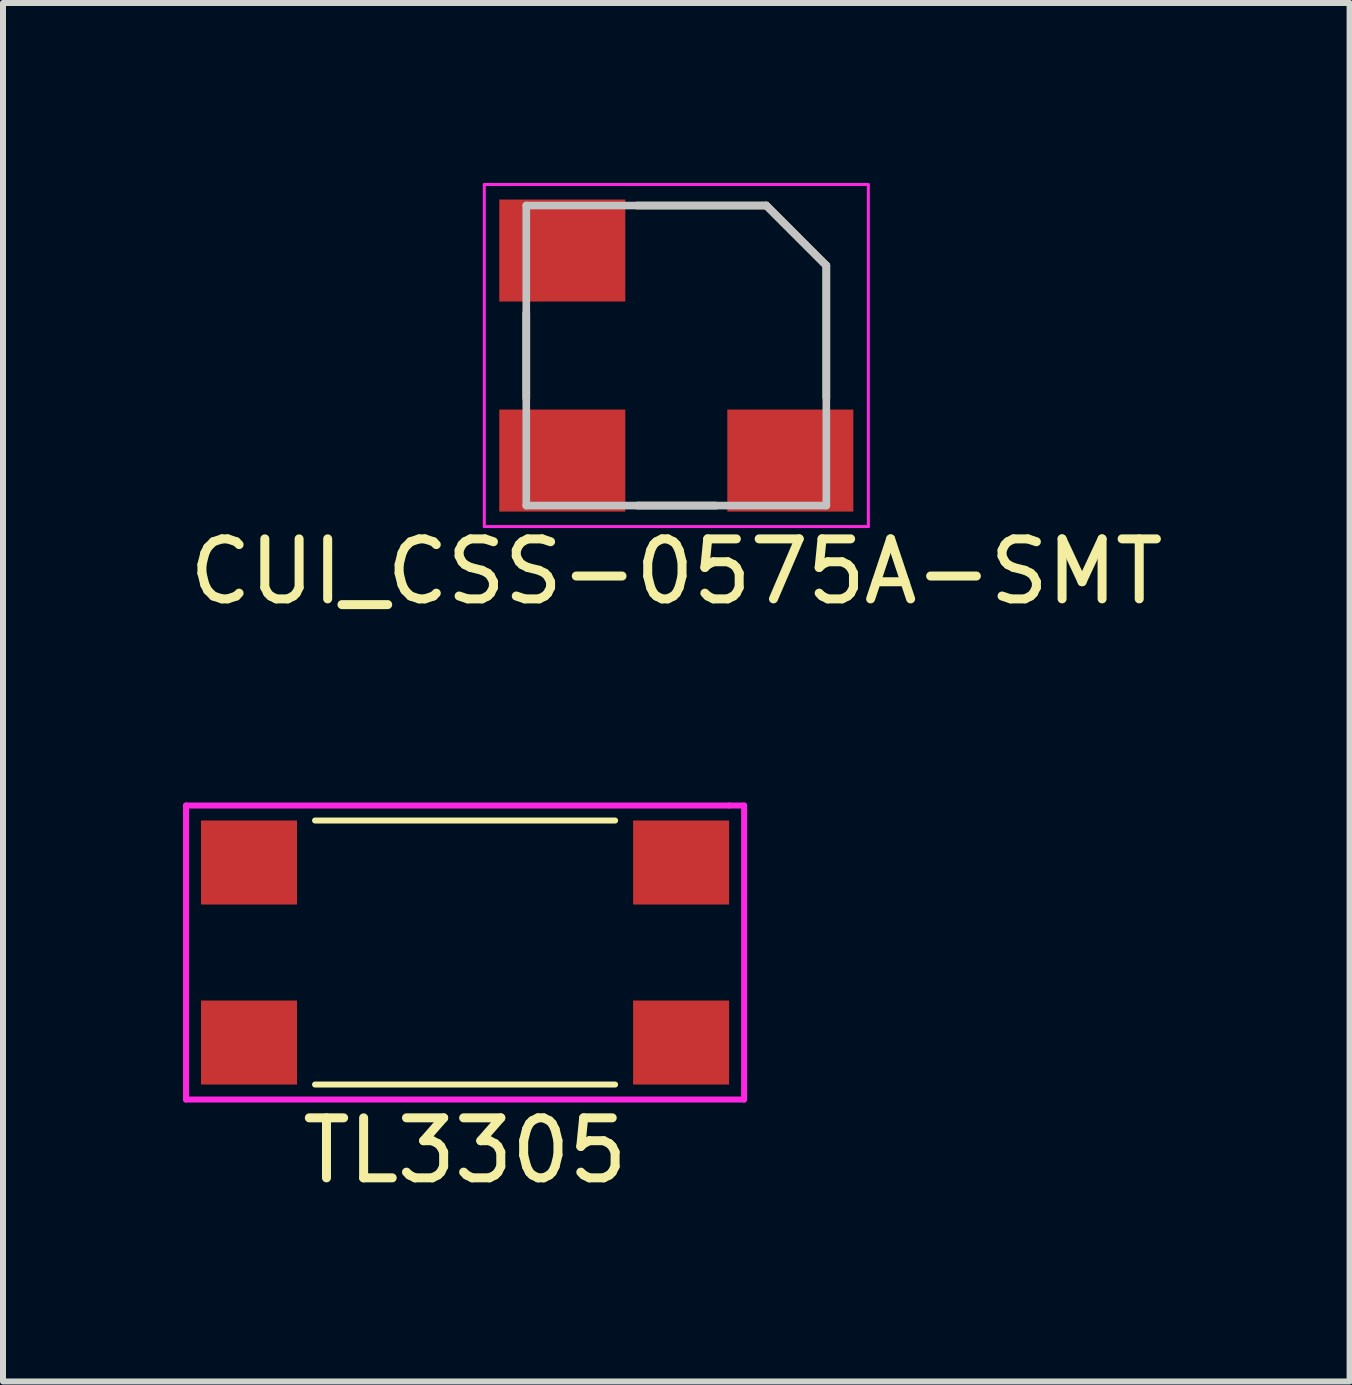
<source format=kicad_pcb>
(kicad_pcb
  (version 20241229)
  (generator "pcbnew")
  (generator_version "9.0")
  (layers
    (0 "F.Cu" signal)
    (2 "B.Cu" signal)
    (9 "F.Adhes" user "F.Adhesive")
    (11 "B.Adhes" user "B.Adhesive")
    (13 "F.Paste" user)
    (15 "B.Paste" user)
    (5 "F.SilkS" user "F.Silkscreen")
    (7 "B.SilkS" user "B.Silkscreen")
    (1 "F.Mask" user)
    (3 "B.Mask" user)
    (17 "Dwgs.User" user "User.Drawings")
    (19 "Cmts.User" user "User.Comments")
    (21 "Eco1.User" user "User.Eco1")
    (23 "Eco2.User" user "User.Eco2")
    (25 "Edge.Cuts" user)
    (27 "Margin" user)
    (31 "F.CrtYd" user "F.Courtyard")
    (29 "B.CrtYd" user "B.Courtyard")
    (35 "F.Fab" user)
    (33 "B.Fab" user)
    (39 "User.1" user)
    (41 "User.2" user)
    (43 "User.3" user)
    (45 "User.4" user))
  (footprint "CUI_CSS-0575A-SMT"
    (layer "F.Cu")
    (at 8.22 2.875)
    (property "Reference" "CUI_CSS-0575A-SMT" (at 0 3.6 0) (layer "F.SilkS") (effects (font (size 1 1) (thickness 0.15))))
    (attr smd)
    (fp_line (start -2.5 -0.71) (end -2.5 0.71) (stroke (width 0.127) (type solid)) (layer "F.SilkS"))
    (fp_line (start -0.66 -2.5) (end 1.5 -2.5) (stroke (width 0.127) (type solid)) (layer "F.SilkS"))
    (fp_line (start 0.66 2.5) (end -0.65 2.5) (stroke (width 0.127) (type solid)) (layer "F.SilkS"))
    (fp_line (start 1.5 -2.5) (end 2.5 -1.5) (stroke (width 0.127) (type solid)) (layer "F.SilkS"))
    (fp_line (start 2.5 -1.5) (end 2.5 0.7) (stroke (width 0.127) (type solid)) (layer "F.SilkS"))
    (fp_line (start -2.5 -2.5) (end 1.5 -2.5) (stroke (width 0.127) (type solid)) (layer "Dwgs.User"))
    (fp_line (start -2.5 2.5) (end -2.5 -2.5) (stroke (width 0.127) (type solid)) (layer "Dwgs.User"))
    (fp_line (start 1.5 -2.5) (end 2.5 -1.5) (stroke (width 0.127) (type solid)) (layer "Dwgs.User"))
    (fp_line (start 2.5 -1.5) (end 2.5 2.5) (stroke (width 0.127) (type solid)) (layer "Dwgs.User"))
    (fp_line (start 2.5 2.5) (end -2.5 2.5) (stroke (width 0.127) (type solid)) (layer "Dwgs.User"))
    (fp_line (start -3.2 -2.85) (end 3.2 -2.85) (stroke (width 0.05) (type solid)) (layer "F.CrtYd"))
    (fp_line (start -3.2 2.85) (end -3.2 -2.85) (stroke (width 0.05) (type solid)) (layer "F.CrtYd"))
    (fp_line (start 3.2 -2.85) (end 3.2 2.85) (stroke (width 0.05) (type solid)) (layer "F.CrtYd"))
    (fp_line (start 3.2 2.85) (end -3.2 2.85) (stroke (width 0.05) (type solid)) (layer "F.CrtYd"))
    (pad "1" smd rect (at -1.9 1.75) (size 2.1 1.7) (layers "F.Cu" "F.Mask" "F.Paste"))
    (pad "2" smd rect (at 1.9 1.75) (size 2.1 1.7) (layers "F.Cu" "F.Mask" "F.Paste"))
    (pad "3" smd rect (at -1.9 -1.75) (size 2.1 1.7) (layers "F.Cu" "F.Mask" "F.Paste")))
  (footprint "TL3305"
    (layer "F.Cu")
    (at 4.7 12.823)
    (property "Reference" "TL3305" (at 0 3.3 0) (layer "F.SilkS") (effects (font (size 1 1) (thickness 0.15))))
    (attr through_hole)
    (fp_line (start -2.5 -2.2) (end 2.5 -2.2) (stroke (width 0.1) (type solid)) (layer "F.SilkS"))
    (fp_line (start -2.5 2.2) (end 2.5 2.2) (stroke (width 0.1) (type solid)) (layer "F.SilkS"))
    (fp_line (start -4.65 -2.45) (end 4.4 -2.45) (stroke (width 0.1) (type solid)) (layer "F.CrtYd"))
    (fp_line (start -4.65 2.45) (end -4.65 -2.45) (stroke (width 0.1) (type solid)) (layer "F.CrtYd"))
    (fp_line (start 4.4 -2.45) (end 4.65 -2.45) (stroke (width 0.1) (type solid)) (layer "F.CrtYd"))
    (fp_line (start 4.65 -2.45) (end 4.65 2.2) (stroke (width 0.1) (type solid)) (layer "F.CrtYd"))
    (fp_line (start 4.65 2.2) (end 4.65 2.45) (stroke (width 0.1) (type solid)) (layer "F.CrtYd"))
    (fp_line (start 4.65 2.45) (end -4.65 2.45) (stroke (width 0.1) (type solid)) (layer "F.CrtYd"))
    (pad "1" smd rect (at -3.6 1.5) (size 1.6 1.4) (layers "F.Cu" "F.Mask" "F.Paste"))
    (pad "1" smd rect (at 3.6 1.5) (size 1.6 1.4) (layers "F.Cu" "F.Mask" "F.Paste"))
    (pad "2" smd rect (at -3.6 -1.5) (size 1.6 1.4) (layers "F.Cu" "F.Mask" "F.Paste"))
    (pad "2" smd rect (at 3.6 -1.5) (size 1.6 1.4) (layers "F.Cu" "F.Mask" "F.Paste")))
  (gr_rect
    (start -3 -3)
    (end 19.44 19.971)
    (stroke (width 0.1) (type default))
    (fill no)
    (layer "Edge.Cuts")))
</source>
